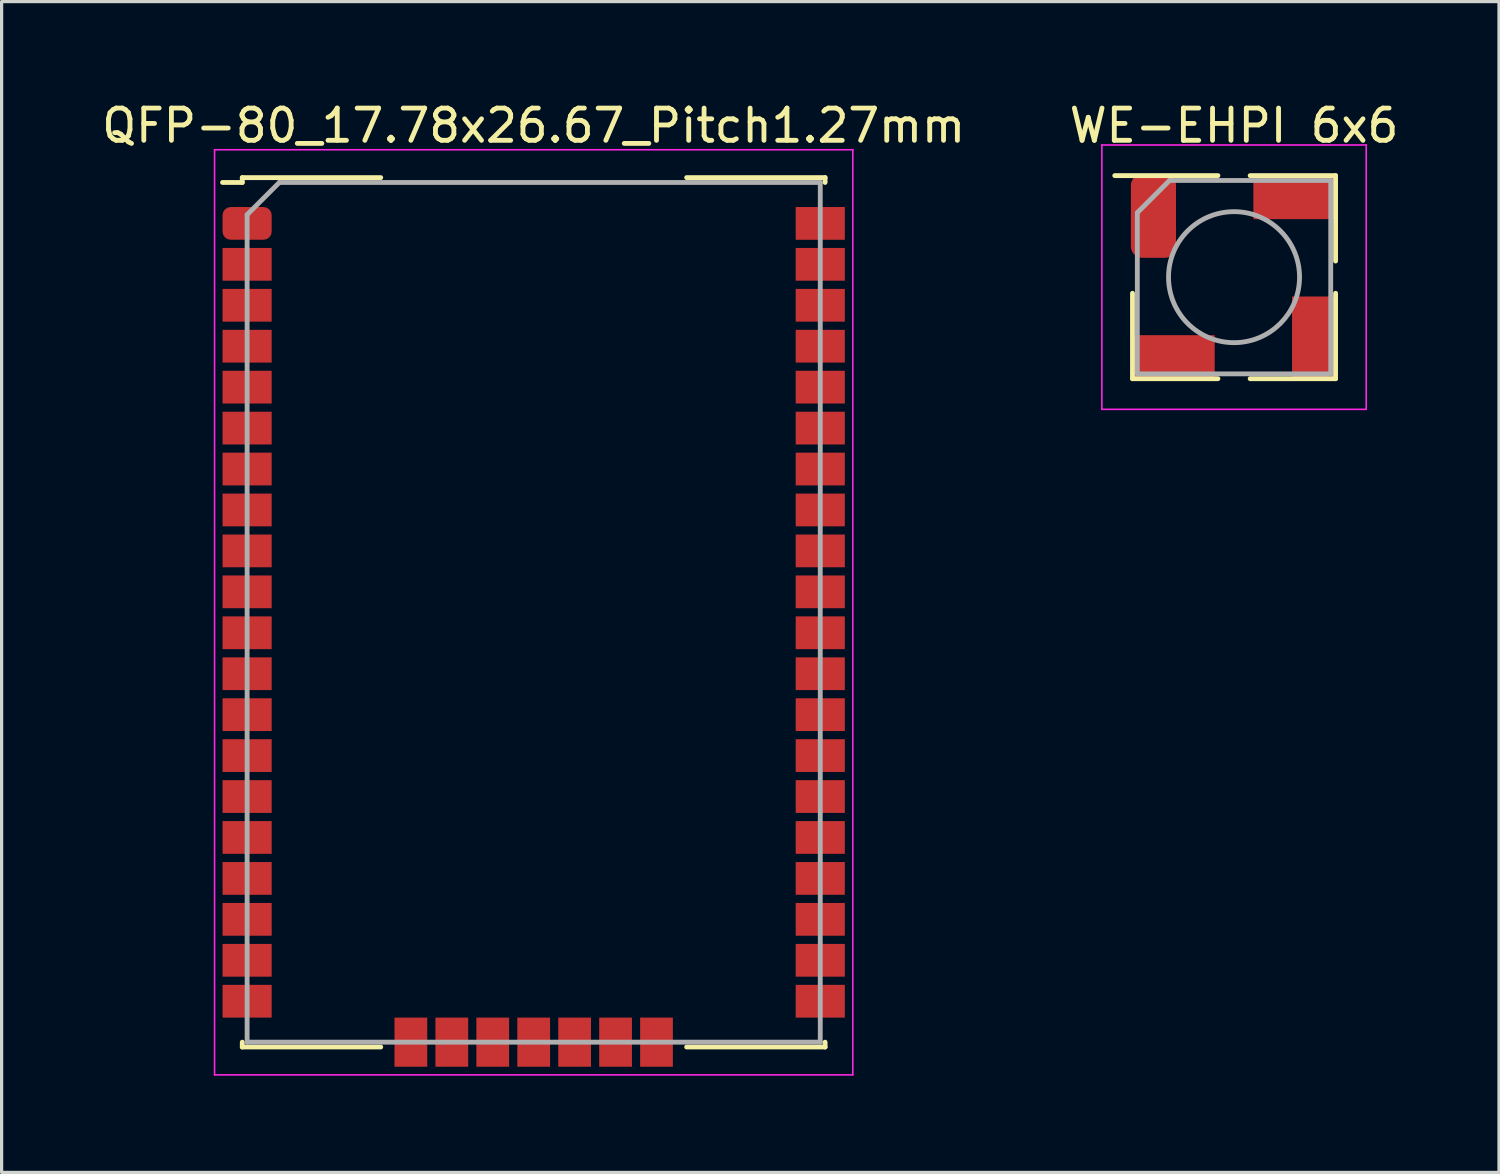
<source format=kicad_pcb>
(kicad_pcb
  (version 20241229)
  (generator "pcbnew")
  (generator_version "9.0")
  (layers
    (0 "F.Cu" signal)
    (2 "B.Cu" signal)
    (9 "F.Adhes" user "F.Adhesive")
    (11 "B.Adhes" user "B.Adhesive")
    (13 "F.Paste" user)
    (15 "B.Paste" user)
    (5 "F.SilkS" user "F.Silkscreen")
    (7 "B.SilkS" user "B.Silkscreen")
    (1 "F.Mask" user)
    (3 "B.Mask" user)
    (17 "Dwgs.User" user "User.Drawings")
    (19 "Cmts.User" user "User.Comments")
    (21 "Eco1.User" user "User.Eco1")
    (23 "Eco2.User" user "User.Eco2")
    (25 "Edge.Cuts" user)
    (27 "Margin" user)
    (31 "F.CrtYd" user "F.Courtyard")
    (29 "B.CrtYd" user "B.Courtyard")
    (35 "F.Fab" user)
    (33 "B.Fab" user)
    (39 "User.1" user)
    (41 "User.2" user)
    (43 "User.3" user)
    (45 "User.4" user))
  (footprint "QFP-80_17.78x26.67_Pitch1.27mm"
    (layer "F.Cu")
    (at 13.506 15.945)
    (property "Reference" "QFP-80_17.78x26.67_Pitch1.27mm" (at 0 -15.097 0) (layer "F.SilkS") (effects (font (size 1 1) (thickness 0.15))))
    (attr smd)
    (fp_line (start -9.04 -13.485) (end -9.04 -13.335) (stroke (width 0.15) (type solid)) (layer "F.SilkS"))
    (fp_line (start -9.04 -13.335) (end -9.652 -13.335) (stroke (width 0.15) (type solid)) (layer "F.SilkS"))
    (fp_line (start -9.04 13.485) (end -9.04 13.335) (stroke (width 0.15) (type solid)) (layer "F.SilkS"))
    (fp_line (start -9.04 13.485) (end -4.745 13.485) (stroke (width 0.15) (type solid)) (layer "F.SilkS"))
    (fp_line (start -4.745 -13.485) (end -9.04 -13.485) (stroke (width 0.15) (type solid)) (layer "F.SilkS"))
    (fp_line (start 4.745 -13.485) (end 9.04 -13.485) (stroke (width 0.15) (type solid)) (layer "F.SilkS"))
    (fp_line (start 9.04 -13.485) (end 9.04 -13.335) (stroke (width 0.15) (type solid)) (layer "F.SilkS"))
    (fp_line (start 9.04 13.485) (end 4.745 13.485) (stroke (width 0.15) (type solid)) (layer "F.SilkS"))
    (fp_line (start 9.04 13.485) (end 9.04 13.335) (stroke (width 0.15) (type solid)) (layer "F.SilkS"))
    (fp_line (start -9.9 -14.35) (end 9.9 -14.35) (stroke (width 0.05) (type solid)) (layer "F.CrtYd"))
    (fp_line (start -9.9 14.35) (end -9.9 -14.35) (stroke (width 0.05) (type solid)) (layer "F.CrtYd"))
    (fp_line (start 9.9 -14.35) (end 9.9 14.35) (stroke (width 0.05) (type solid)) (layer "F.CrtYd"))
    (fp_line (start 9.9 14.35) (end -9.9 14.35) (stroke (width 0.05) (type solid)) (layer "F.CrtYd"))
    (fp_line (start -8.89 -12.335) (end -8.89 13.335) (stroke (width 0.15) (type solid)) (layer "F.Fab"))
    (fp_line (start -8.89 13.335) (end 8.89 13.335) (stroke (width 0.15) (type solid)) (layer "F.Fab"))
    (fp_line (start -7.89 -13.335) (end -8.89 -12.335) (stroke (width 0.15) (type solid)) (layer "F.Fab"))
    (fp_line (start 8.89 -13.335) (end -7.89 -13.335) (stroke (width 0.15) (type solid)) (layer "F.Fab"))
    (fp_line (start 8.89 13.335) (end 8.89 -13.335) (stroke (width 0.15) (type solid)) (layer "F.Fab"))
    (pad "1" smd roundrect (at -8.89 -12.065 90) (size 1.016 1.524) (layers "F.Cu" "F.Mask" "F.Paste") (roundrect_rratio 0.25))
    (pad "2" smd rect (at -8.89 -10.795 90) (size 1.016 1.524) (layers "F.Cu" "F.Mask" "F.Paste"))
    (pad "3" smd rect (at -8.89 -9.525 90) (size 1.016 1.524) (layers "F.Cu" "F.Mask" "F.Paste"))
    (pad "4" smd rect (at -8.89 -8.255 90) (size 1.016 1.524) (layers "F.Cu" "F.Mask" "F.Paste"))
    (pad "5" smd rect (at -8.89 -6.985 90) (size 1.016 1.524) (layers "F.Cu" "F.Mask" "F.Paste"))
    (pad "6" smd rect (at -8.89 -5.715 90) (size 1.016 1.524) (layers "F.Cu" "F.Mask" "F.Paste"))
    (pad "7" smd rect (at -8.89 -4.445 90) (size 1.016 1.524) (layers "F.Cu" "F.Mask" "F.Paste"))
    (pad "8" smd rect (at -8.89 -3.175 90) (size 1.016 1.524) (layers "F.Cu" "F.Mask" "F.Paste"))
    (pad "9" smd rect (at -8.89 -1.905 90) (size 1.016 1.524) (layers "F.Cu" "F.Mask" "F.Paste"))
    (pad "10" smd rect (at -8.89 -0.635 90) (size 1.016 1.524) (layers "F.Cu" "F.Mask" "F.Paste"))
    (pad "11" smd rect (at -8.89 0.635 90) (size 1.016 1.524) (layers "F.Cu" "F.Mask" "F.Paste"))
    (pad "12" smd rect (at -8.89 1.905 90) (size 1.016 1.524) (layers "F.Cu" "F.Mask" "F.Paste"))
    (pad "13" smd rect (at -8.89 3.175 90) (size 1.016 1.524) (layers "F.Cu" "F.Mask" "F.Paste"))
    (pad "14" smd rect (at -8.89 4.445 90) (size 1.016 1.524) (layers "F.Cu" "F.Mask" "F.Paste"))
    (pad "15" smd rect (at -8.89 5.715 90) (size 1.016 1.524) (layers "F.Cu" "F.Mask" "F.Paste"))
    (pad "16" smd rect (at -8.89 6.985 90) (size 1.016 1.524) (layers "F.Cu" "F.Mask" "F.Paste"))
    (pad "17" smd rect (at -8.89 8.255 90) (size 1.016 1.524) (layers "F.Cu" "F.Mask" "F.Paste"))
    (pad "18" smd rect (at -8.89 9.525 90) (size 1.016 1.524) (layers "F.Cu" "F.Mask" "F.Paste"))
    (pad "19" smd rect (at -8.89 10.795 90) (size 1.016 1.524) (layers "F.Cu" "F.Mask" "F.Paste"))
    (pad "20" smd rect (at -8.89 12.065 90) (size 1.016 1.524) (layers "F.Cu" "F.Mask" "F.Paste"))
    (pad "21" smd rect (at -3.81 13.335) (size 1.016 1.524) (layers "F.Cu" "F.Mask" "F.Paste"))
    (pad "22" smd rect (at -2.54 13.335) (size 1.016 1.524) (layers "F.Cu" "F.Mask" "F.Paste"))
    (pad "23" smd rect (at -1.27 13.335) (size 1.016 1.524) (layers "F.Cu" "F.Mask" "F.Paste"))
    (pad "24" smd rect (at 0 13.335) (size 1.016 1.524) (layers "F.Cu" "F.Mask" "F.Paste"))
    (pad "25" smd rect (at 1.27 13.335) (size 1.016 1.524) (layers "F.Cu" "F.Mask" "F.Paste"))
    (pad "26" smd rect (at 2.54 13.335) (size 1.016 1.524) (layers "F.Cu" "F.Mask" "F.Paste"))
    (pad "27" smd rect (at 3.81 13.335) (size 1.016 1.524) (layers "F.Cu" "F.Mask" "F.Paste"))
    (pad "28" smd rect (at 8.89 12.065 90) (size 1.016 1.524) (layers "F.Cu" "F.Mask" "F.Paste"))
    (pad "29" smd rect (at 8.89 10.795 90) (size 1.016 1.524) (layers "F.Cu" "F.Mask" "F.Paste"))
    (pad "30" smd rect (at 8.89 9.525 90) (size 1.016 1.524) (layers "F.Cu" "F.Mask" "F.Paste"))
    (pad "31" smd rect (at 8.89 8.255 90) (size 1.016 1.524) (layers "F.Cu" "F.Mask" "F.Paste"))
    (pad "32" smd rect (at 8.89 6.985 90) (size 1.016 1.524) (layers "F.Cu" "F.Mask" "F.Paste"))
    (pad "33" smd rect (at 8.89 5.715 90) (size 1.016 1.524) (layers "F.Cu" "F.Mask" "F.Paste"))
    (pad "34" smd rect (at 8.89 4.445 90) (size 1.016 1.524) (layers "F.Cu" "F.Mask" "F.Paste"))
    (pad "35" smd rect (at 8.89 3.175 90) (size 1.016 1.524) (layers "F.Cu" "F.Mask" "F.Paste"))
    (pad "36" smd rect (at 8.89 1.905 90) (size 1.016 1.524) (layers "F.Cu" "F.Mask" "F.Paste"))
    (pad "37" smd rect (at 8.89 0.635 90) (size 1.016 1.524) (layers "F.Cu" "F.Mask" "F.Paste"))
    (pad "38" smd rect (at 8.89 -0.635 90) (size 1.016 1.524) (layers "F.Cu" "F.Mask" "F.Paste"))
    (pad "39" smd rect (at 8.89 -1.905 90) (size 1.016 1.524) (layers "F.Cu" "F.Mask" "F.Paste"))
    (pad "40" smd rect (at 8.89 -3.175 90) (size 1.016 1.524) (layers "F.Cu" "F.Mask" "F.Paste"))
    (pad "41" smd rect (at 8.89 -4.445 90) (size 1.016 1.524) (layers "F.Cu" "F.Mask" "F.Paste"))
    (pad "42" smd rect (at 8.89 -5.715 90) (size 1.016 1.524) (layers "F.Cu" "F.Mask" "F.Paste"))
    (pad "43" smd rect (at 8.89 -6.985 90) (size 1.016 1.524) (layers "F.Cu" "F.Mask" "F.Paste"))
    (pad "44" smd rect (at 8.89 -8.255 90) (size 1.016 1.524) (layers "F.Cu" "F.Mask" "F.Paste"))
    (pad "45" smd rect (at 8.89 -9.525 90) (size 1.016 1.524) (layers "F.Cu" "F.Mask" "F.Paste"))
    (pad "46" smd rect (at 8.89 -10.795 90) (size 1.016 1.524) (layers "F.Cu" "F.Mask" "F.Paste"))
    (pad "47" smd rect (at 8.89 -12.065 90) (size 1.016 1.524) (layers "F.Cu" "F.Mask" "F.Paste")))
  (footprint "WE-EHPI 6x6"
    (layer "F.Cu")
    (at 35.232 5.548)
    (property "Reference" "WE-EHPI 6x6" (at 0 -4.7 0) (layer "F.SilkS") (effects (font (size 1 1) (thickness 0.15))))
    (attr smd)
    (fp_line (start -3.15 3.15) (end -3.15 0.5) (stroke (width 0.15) (type solid)) (layer "F.SilkS"))
    (fp_line (start -0.5 -3.15) (end -3.7 -3.15) (stroke (width 0.15) (type solid)) (layer "F.SilkS"))
    (fp_line (start -0.5 3.15) (end -3.15 3.15) (stroke (width 0.15) (type solid)) (layer "F.SilkS"))
    (fp_line (start 0.5 -3.15) (end 3.15 -3.15) (stroke (width 0.15) (type solid)) (layer "F.SilkS"))
    (fp_line (start 0.5 3.15) (end 3.15 3.15) (stroke (width 0.15) (type solid)) (layer "F.SilkS"))
    (fp_line (start 3.15 -3.15) (end 3.15 -0.5) (stroke (width 0.15) (type solid)) (layer "F.SilkS"))
    (fp_line (start 3.15 3.15) (end 3.15 0.5) (stroke (width 0.15) (type solid)) (layer "F.SilkS"))
    (fp_line (start -4.1 -4.1) (end 4.1 -4.1) (stroke (width 0.05) (type solid)) (layer "F.CrtYd"))
    (fp_line (start -4.1 4.1) (end -4.1 -4.1) (stroke (width 0.05) (type solid)) (layer "F.CrtYd"))
    (fp_line (start 4.1 -4.1) (end 4.1 4.1) (stroke (width 0.05) (type solid)) (layer "F.CrtYd"))
    (fp_line (start 4.1 4.1) (end -4.1 4.1) (stroke (width 0.05) (type solid)) (layer "F.CrtYd"))
    (fp_line (start -3 -2) (end -3 3) (stroke (width 0.15) (type solid)) (layer "F.Fab"))
    (fp_line (start -3 3) (end 3 3) (stroke (width 0.15) (type solid)) (layer "F.Fab"))
    (fp_line (start -2 -3) (end -3 -2) (stroke (width 0.15) (type solid)) (layer "F.Fab"))
    (fp_line (start 3 -3) (end -2 -3) (stroke (width 0.15) (type solid)) (layer "F.Fab"))
    (fp_line (start 3 3) (end 3 -3) (stroke (width 0.15) (type solid)) (layer "F.Fab"))
    (fp_circle (center 0 0) (end 0 -2.032) (stroke (width 0.15) (type solid)) (fill no) (layer "F.Fab"))
    (pad "1" smd roundrect (at -2.5 -1.9 90) (size 2.6 1.4) (layers "F.Cu" "F.Mask" "F.Paste") (roundrect_rratio 0.25))
    (pad "2" smd rect (at 1.9 -2.5) (size 2.6 1.4) (layers "F.Cu" "F.Mask" "F.Paste"))
    (pad "3" smd rect (at 2.5 1.9 90) (size 2.6 1.4) (layers "F.Cu" "F.Mask" "F.Paste"))
    (pad "4" smd rect (at -1.9 2.5) (size 2.6 1.4) (layers "F.Cu" "F.Mask" "F.Paste")))
  (gr_rect
    (start -3 -3)
    (end 43.452 33.32)
    (stroke (width 0.1) (type default))
    (fill no)
    (layer "Edge.Cuts")))
</source>
